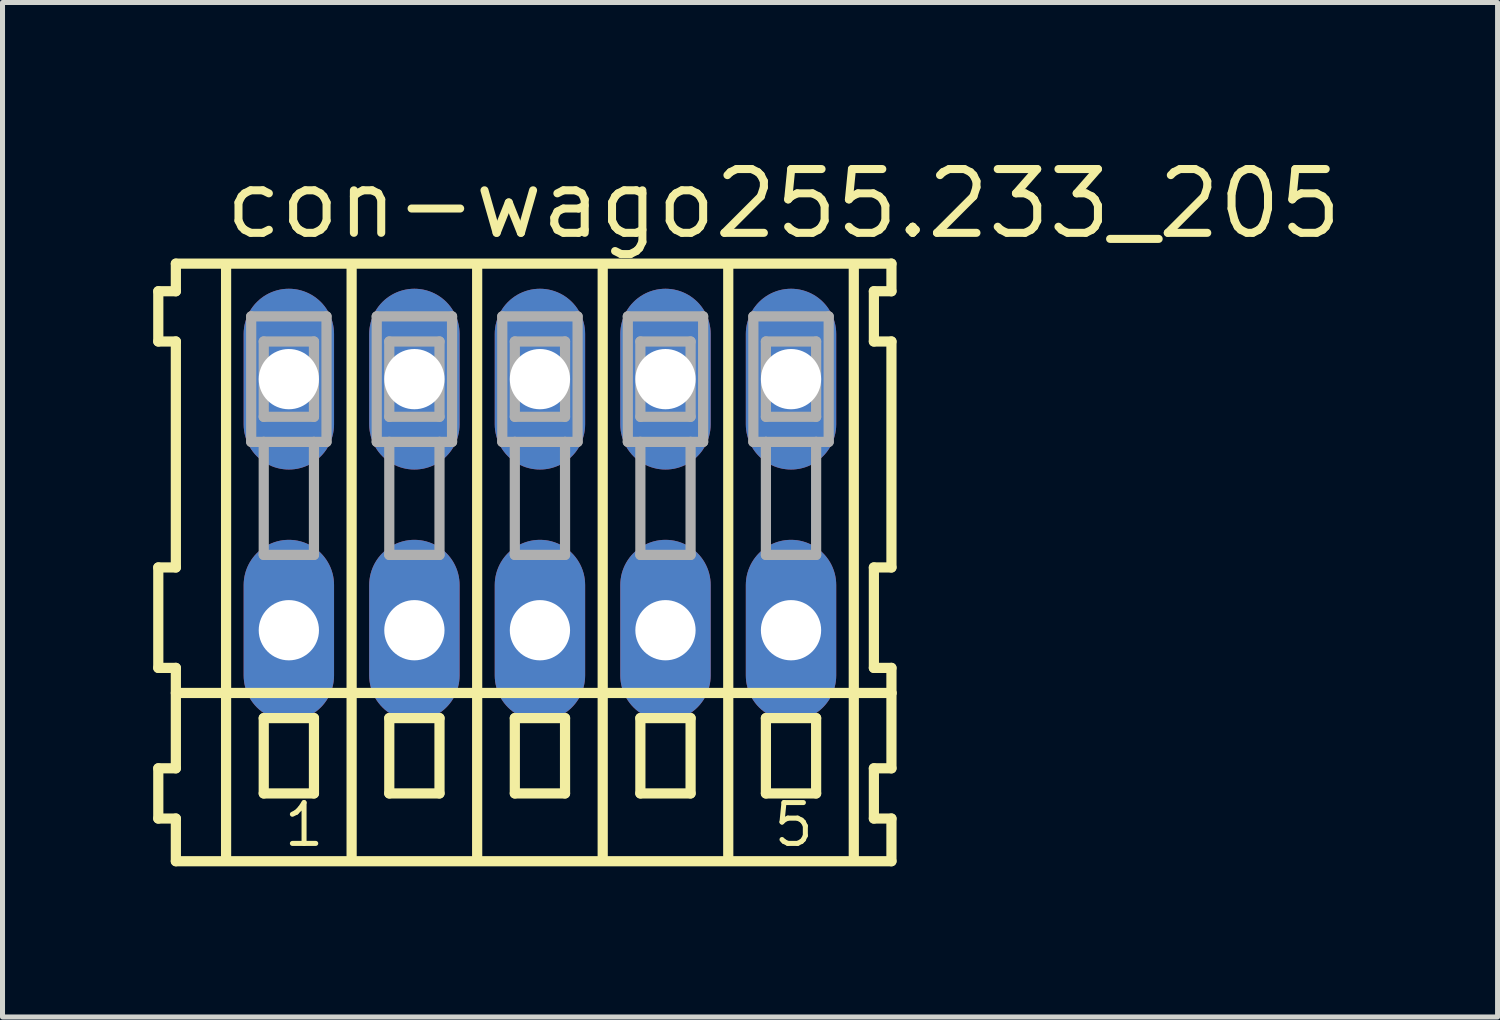
<source format=kicad_pcb>
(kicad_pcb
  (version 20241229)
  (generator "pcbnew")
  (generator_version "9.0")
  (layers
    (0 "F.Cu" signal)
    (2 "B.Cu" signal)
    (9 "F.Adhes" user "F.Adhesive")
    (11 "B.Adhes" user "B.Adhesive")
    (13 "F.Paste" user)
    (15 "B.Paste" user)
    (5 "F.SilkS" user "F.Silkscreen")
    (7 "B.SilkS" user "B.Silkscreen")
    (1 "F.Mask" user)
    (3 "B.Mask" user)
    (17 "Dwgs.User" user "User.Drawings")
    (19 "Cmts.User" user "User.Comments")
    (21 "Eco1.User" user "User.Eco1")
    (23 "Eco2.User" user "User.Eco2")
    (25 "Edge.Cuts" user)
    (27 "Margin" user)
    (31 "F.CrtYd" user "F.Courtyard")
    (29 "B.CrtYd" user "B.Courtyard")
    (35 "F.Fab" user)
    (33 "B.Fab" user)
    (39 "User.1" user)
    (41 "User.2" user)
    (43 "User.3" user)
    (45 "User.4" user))
  (footprint "con-wago255.233_205"
    (layer "F.Cu")
    (at 7.702 7)
    (property "Reference" "con-wago255.233_205" (at -6.35 -5.25 0) (layer "F.SilkS") (effects (font (size 1.27 1.27) (thickness 0.16)) (justify left bottom)))
    (attr through_hole)
    (fp_line (start -7.6 -4.25) (end -7.6 -3.25) (stroke (width 0.203) (type default)) (layer "F.SilkS"))
    (fp_line (start -7.6 -3.25) (end -7.25 -3.25) (stroke (width 0.203) (type default)) (layer "F.SilkS"))
    (fp_line (start -7.6 1.25) (end -7.6 3.25) (stroke (width 0.203) (type default)) (layer "F.SilkS"))
    (fp_line (start -7.6 3.25) (end -7.25 3.25) (stroke (width 0.203) (type default)) (layer "F.SilkS"))
    (fp_line (start -7.6 5.25) (end -7.6 6.25) (stroke (width 0.203) (type default)) (layer "F.SilkS"))
    (fp_line (start -7.6 6.25) (end -7.25 6.25) (stroke (width 0.203) (type default)) (layer "F.SilkS"))
    (fp_line (start -7.25 -4.8) (end -7.25 -4.25) (stroke (width 0.203) (type default)) (layer "F.SilkS"))
    (fp_line (start -7.25 -4.25) (end -7.6 -4.25) (stroke (width 0.203) (type default)) (layer "F.SilkS"))
    (fp_line (start -7.25 -3.25) (end -7.25 1.25) (stroke (width 0.203) (type default)) (layer "F.SilkS"))
    (fp_line (start -7.25 1.25) (end -7.6 1.25) (stroke (width 0.203) (type default)) (layer "F.SilkS"))
    (fp_line (start -7.25 3.25) (end -7.25 5.25) (stroke (width 0.203) (type default)) (layer "F.SilkS"))
    (fp_line (start -7.25 3.75) (end 7 3.75) (stroke (width 0.203) (type default)) (layer "F.SilkS"))
    (fp_line (start -7.25 5.25) (end -7.6 5.25) (stroke (width 0.203) (type default)) (layer "F.SilkS"))
    (fp_line (start -7.25 6.25) (end -7.25 7.1) (stroke (width 0.203) (type default)) (layer "F.SilkS"))
    (fp_line (start -7.25 7.1) (end 7 7.1) (stroke (width 0.203) (type default)) (layer "F.SilkS"))
    (fp_line (start -6.25 -4.75) (end -6.25 7) (stroke (width 0.203) (type default)) (layer "F.SilkS"))
    (fp_line (start -5.5 4.25) (end -5.5 5.75) (stroke (width 0.203) (type default)) (layer "F.SilkS"))
    (fp_line (start -5.5 5.75) (end -4.5 5.75) (stroke (width 0.203) (type default)) (layer "F.SilkS"))
    (fp_line (start -4.5 4.25) (end -5.5 4.25) (stroke (width 0.203) (type default)) (layer "F.SilkS"))
    (fp_line (start -4.5 5.75) (end -4.5 4.25) (stroke (width 0.203) (type default)) (layer "F.SilkS"))
    (fp_line (start -3.75 -4.75) (end -3.75 7) (stroke (width 0.203) (type default)) (layer "F.SilkS"))
    (fp_line (start -3 4.25) (end -3 5.75) (stroke (width 0.203) (type default)) (layer "F.SilkS"))
    (fp_line (start -3 5.75) (end -2 5.75) (stroke (width 0.203) (type default)) (layer "F.SilkS"))
    (fp_line (start -2 4.25) (end -3 4.25) (stroke (width 0.203) (type default)) (layer "F.SilkS"))
    (fp_line (start -2 5.75) (end -2 4.25) (stroke (width 0.203) (type default)) (layer "F.SilkS"))
    (fp_line (start -1.25 -4.75) (end -1.25 7) (stroke (width 0.203) (type default)) (layer "F.SilkS"))
    (fp_line (start -0.5 4.25) (end -0.5 5.75) (stroke (width 0.203) (type default)) (layer "F.SilkS"))
    (fp_line (start -0.5 5.75) (end 0.5 5.75) (stroke (width 0.203) (type default)) (layer "F.SilkS"))
    (fp_line (start 0.5 4.25) (end -0.5 4.25) (stroke (width 0.203) (type default)) (layer "F.SilkS"))
    (fp_line (start 0.5 5.75) (end 0.5 4.25) (stroke (width 0.203) (type default)) (layer "F.SilkS"))
    (fp_line (start 1.25 -4.75) (end 1.25 7) (stroke (width 0.203) (type default)) (layer "F.SilkS"))
    (fp_line (start 2 4.25) (end 2 5.75) (stroke (width 0.203) (type default)) (layer "F.SilkS"))
    (fp_line (start 2 5.75) (end 3 5.75) (stroke (width 0.203) (type default)) (layer "F.SilkS"))
    (fp_line (start 3 4.25) (end 2 4.25) (stroke (width 0.203) (type default)) (layer "F.SilkS"))
    (fp_line (start 3 5.75) (end 3 4.25) (stroke (width 0.203) (type default)) (layer "F.SilkS"))
    (fp_line (start 3.75 -4.75) (end 3.75 7) (stroke (width 0.203) (type default)) (layer "F.SilkS"))
    (fp_line (start 4.5 4.25) (end 4.5 5.75) (stroke (width 0.203) (type default)) (layer "F.SilkS"))
    (fp_line (start 4.5 5.75) (end 5.5 5.75) (stroke (width 0.203) (type default)) (layer "F.SilkS"))
    (fp_line (start 5.5 4.25) (end 4.5 4.25) (stroke (width 0.203) (type default)) (layer "F.SilkS"))
    (fp_line (start 5.5 5.75) (end 5.5 4.25) (stroke (width 0.203) (type default)) (layer "F.SilkS"))
    (fp_line (start 6.25 -4.75) (end 6.25 7) (stroke (width 0.203) (type default)) (layer "F.SilkS"))
    (fp_line (start 6.65 -4.25) (end 6.65 -3.25) (stroke (width 0.203) (type default)) (layer "F.SilkS"))
    (fp_line (start 6.65 -3.25) (end 7 -3.25) (stroke (width 0.203) (type default)) (layer "F.SilkS"))
    (fp_line (start 6.65 1.25) (end 6.65 3.25) (stroke (width 0.203) (type default)) (layer "F.SilkS"))
    (fp_line (start 6.65 3.25) (end 7 3.25) (stroke (width 0.203) (type default)) (layer "F.SilkS"))
    (fp_line (start 6.65 5.25) (end 6.65 6.25) (stroke (width 0.203) (type default)) (layer "F.SilkS"))
    (fp_line (start 6.65 6.25) (end 7 6.25) (stroke (width 0.203) (type default)) (layer "F.SilkS"))
    (fp_line (start 7 -4.8) (end -7.25 -4.8) (stroke (width 0.203) (type default)) (layer "F.SilkS"))
    (fp_line (start 7 -4.25) (end 6.65 -4.25) (stroke (width 0.203) (type default)) (layer "F.SilkS"))
    (fp_line (start 7 -4.25) (end 7 -4.8) (stroke (width 0.203) (type default)) (layer "F.SilkS"))
    (fp_line (start 7 1.25) (end 6.65 1.25) (stroke (width 0.203) (type default)) (layer "F.SilkS"))
    (fp_line (start 7 1.25) (end 7 -3.25) (stroke (width 0.203) (type default)) (layer "F.SilkS"))
    (fp_line (start 7 3.75) (end 7 3.25) (stroke (width 0.203) (type default)) (layer "F.SilkS"))
    (fp_line (start 7 5.25) (end 6.65 5.25) (stroke (width 0.203) (type default)) (layer "F.SilkS"))
    (fp_line (start 7 5.25) (end 7 3.75) (stroke (width 0.203) (type default)) (layer "F.SilkS"))
    (fp_line (start 7 7.1) (end 7 6.25) (stroke (width 0.203) (type default)) (layer "F.SilkS"))
    (fp_line (start -5.75 -3.75) (end -5.75 -1.25) (stroke (width 0.203) (type default)) (layer "F.Fab"))
    (fp_line (start -5.75 -1.25) (end -5.5 -1.25) (stroke (width 0.203) (type default)) (layer "F.Fab"))
    (fp_line (start -5.5 -3.25) (end -5.5 -1.75) (stroke (width 0.203) (type default)) (layer "F.Fab"))
    (fp_line (start -5.5 -1.75) (end -4.5 -1.75) (stroke (width 0.203) (type default)) (layer "F.Fab"))
    (fp_line (start -5.5 -1.25) (end -5.5 1) (stroke (width 0.203) (type default)) (layer "F.Fab"))
    (fp_line (start -5.5 -1.25) (end -4.5 -1.25) (stroke (width 0.203) (type default)) (layer "F.Fab"))
    (fp_line (start -5.5 1) (end -4.5 1) (stroke (width 0.203) (type default)) (layer "F.Fab"))
    (fp_line (start -4.5 -3.25) (end -5.5 -3.25) (stroke (width 0.203) (type default)) (layer "F.Fab"))
    (fp_line (start -4.5 -1.75) (end -4.5 -3.25) (stroke (width 0.203) (type default)) (layer "F.Fab"))
    (fp_line (start -4.5 -1.25) (end -4.25 -1.25) (stroke (width 0.203) (type default)) (layer "F.Fab"))
    (fp_line (start -4.5 1) (end -4.5 -1.25) (stroke (width 0.203) (type default)) (layer "F.Fab"))
    (fp_line (start -4.25 -3.75) (end -5.75 -3.75) (stroke (width 0.203) (type default)) (layer "F.Fab"))
    (fp_line (start -4.25 -1.25) (end -4.25 -3.75) (stroke (width 0.203) (type default)) (layer "F.Fab"))
    (fp_line (start -3.25 -3.75) (end -3.25 -1.25) (stroke (width 0.203) (type default)) (layer "F.Fab"))
    (fp_line (start -3.25 -1.25) (end -3 -1.25) (stroke (width 0.203) (type default)) (layer "F.Fab"))
    (fp_line (start -3 -3.25) (end -3 -1.75) (stroke (width 0.203) (type default)) (layer "F.Fab"))
    (fp_line (start -3 -1.75) (end -2 -1.75) (stroke (width 0.203) (type default)) (layer "F.Fab"))
    (fp_line (start -3 -1.25) (end -3 1) (stroke (width 0.203) (type default)) (layer "F.Fab"))
    (fp_line (start -3 -1.25) (end -2 -1.25) (stroke (width 0.203) (type default)) (layer "F.Fab"))
    (fp_line (start -3 1) (end -2 1) (stroke (width 0.203) (type default)) (layer "F.Fab"))
    (fp_line (start -2 -3.25) (end -3 -3.25) (stroke (width 0.203) (type default)) (layer "F.Fab"))
    (fp_line (start -2 -1.75) (end -2 -3.25) (stroke (width 0.203) (type default)) (layer "F.Fab"))
    (fp_line (start -2 -1.25) (end -1.75 -1.25) (stroke (width 0.203) (type default)) (layer "F.Fab"))
    (fp_line (start -2 1) (end -2 -1.25) (stroke (width 0.203) (type default)) (layer "F.Fab"))
    (fp_line (start -1.75 -3.75) (end -3.25 -3.75) (stroke (width 0.203) (type default)) (layer "F.Fab"))
    (fp_line (start -1.75 -1.25) (end -1.75 -3.75) (stroke (width 0.203) (type default)) (layer "F.Fab"))
    (fp_line (start -0.75 -3.75) (end -0.75 -1.25) (stroke (width 0.203) (type default)) (layer "F.Fab"))
    (fp_line (start -0.75 -1.25) (end -0.5 -1.25) (stroke (width 0.203) (type default)) (layer "F.Fab"))
    (fp_line (start -0.5 -3.25) (end -0.5 -1.75) (stroke (width 0.203) (type default)) (layer "F.Fab"))
    (fp_line (start -0.5 -1.75) (end 0.5 -1.75) (stroke (width 0.203) (type default)) (layer "F.Fab"))
    (fp_line (start -0.5 -1.25) (end -0.5 1) (stroke (width 0.203) (type default)) (layer "F.Fab"))
    (fp_line (start -0.5 -1.25) (end 0.5 -1.25) (stroke (width 0.203) (type default)) (layer "F.Fab"))
    (fp_line (start -0.5 1) (end 0.5 1) (stroke (width 0.203) (type default)) (layer "F.Fab"))
    (fp_line (start 0.5 -3.25) (end -0.5 -3.25) (stroke (width 0.203) (type default)) (layer "F.Fab"))
    (fp_line (start 0.5 -1.75) (end 0.5 -3.25) (stroke (width 0.203) (type default)) (layer "F.Fab"))
    (fp_line (start 0.5 -1.25) (end 0.75 -1.25) (stroke (width 0.203) (type default)) (layer "F.Fab"))
    (fp_line (start 0.5 1) (end 0.5 -1.25) (stroke (width 0.203) (type default)) (layer "F.Fab"))
    (fp_line (start 0.75 -3.75) (end -0.75 -3.75) (stroke (width 0.203) (type default)) (layer "F.Fab"))
    (fp_line (start 0.75 -1.25) (end 0.75 -3.75) (stroke (width 0.203) (type default)) (layer "F.Fab"))
    (fp_line (start 1.75 -3.75) (end 1.75 -1.25) (stroke (width 0.203) (type default)) (layer "F.Fab"))
    (fp_line (start 1.75 -1.25) (end 2 -1.25) (stroke (width 0.203) (type default)) (layer "F.Fab"))
    (fp_line (start 2 -3.25) (end 2 -1.75) (stroke (width 0.203) (type default)) (layer "F.Fab"))
    (fp_line (start 2 -1.75) (end 3 -1.75) (stroke (width 0.203) (type default)) (layer "F.Fab"))
    (fp_line (start 2 -1.25) (end 2 1) (stroke (width 0.203) (type default)) (layer "F.Fab"))
    (fp_line (start 2 -1.25) (end 3 -1.25) (stroke (width 0.203) (type default)) (layer "F.Fab"))
    (fp_line (start 2 1) (end 3 1) (stroke (width 0.203) (type default)) (layer "F.Fab"))
    (fp_line (start 3 -3.25) (end 2 -3.25) (stroke (width 0.203) (type default)) (layer "F.Fab"))
    (fp_line (start 3 -1.75) (end 3 -3.25) (stroke (width 0.203) (type default)) (layer "F.Fab"))
    (fp_line (start 3 -1.25) (end 3.25 -1.25) (stroke (width 0.203) (type default)) (layer "F.Fab"))
    (fp_line (start 3 1) (end 3 -1.25) (stroke (width 0.203) (type default)) (layer "F.Fab"))
    (fp_line (start 3.25 -3.75) (end 1.75 -3.75) (stroke (width 0.203) (type default)) (layer "F.Fab"))
    (fp_line (start 3.25 -1.25) (end 3.25 -3.75) (stroke (width 0.203) (type default)) (layer "F.Fab"))
    (fp_line (start 4.25 -3.75) (end 4.25 -1.25) (stroke (width 0.203) (type default)) (layer "F.Fab"))
    (fp_line (start 4.25 -1.25) (end 4.5 -1.25) (stroke (width 0.203) (type default)) (layer "F.Fab"))
    (fp_line (start 4.5 -3.25) (end 4.5 -1.75) (stroke (width 0.203) (type default)) (layer "F.Fab"))
    (fp_line (start 4.5 -1.75) (end 5.5 -1.75) (stroke (width 0.203) (type default)) (layer "F.Fab"))
    (fp_line (start 4.5 -1.25) (end 4.5 1) (stroke (width 0.203) (type default)) (layer "F.Fab"))
    (fp_line (start 4.5 -1.25) (end 5.5 -1.25) (stroke (width 0.203) (type default)) (layer "F.Fab"))
    (fp_line (start 4.5 1) (end 5.5 1) (stroke (width 0.203) (type default)) (layer "F.Fab"))
    (fp_line (start 5.5 -3.25) (end 4.5 -3.25) (stroke (width 0.203) (type default)) (layer "F.Fab"))
    (fp_line (start 5.5 -1.75) (end 5.5 -3.25) (stroke (width 0.203) (type default)) (layer "F.Fab"))
    (fp_line (start 5.5 -1.25) (end 5.75 -1.25) (stroke (width 0.203) (type default)) (layer "F.Fab"))
    (fp_line (start 5.5 1) (end 5.5 -1.25) (stroke (width 0.203) (type default)) (layer "F.Fab"))
    (fp_line (start 5.75 -3.75) (end 4.25 -3.75) (stroke (width 0.203) (type default)) (layer "F.Fab"))
    (fp_line (start 5.75 -1.25) (end 5.75 -3.75) (stroke (width 0.203) (type default)) (layer "F.Fab"))
    (fp_text user "1" (at -5.15 6.85 0) (layer "F.SilkS") (effects (font (size 0.813 0.813) (thickness 0.1)) (justify left bottom)))
    (fp_text user "5" (at 4.6 6.85 0) (layer "F.SilkS") (effects (font (size 0.813 0.813) (thickness 0.1)) (justify left bottom)))
    (pad "A1" thru_hole oval (at -5 -2.5 90) (size 3.6 1.8) (drill 1.2) (layers "*.Cu" "*.Mask"))
    (pad "A2" thru_hole oval (at -2.5 -2.5 90) (size 3.6 1.8) (drill 1.2) (layers "*.Cu" "*.Mask"))
    (pad "A3" thru_hole oval (at 0 -2.5 90) (size 3.6 1.8) (drill 1.2) (layers "*.Cu" "*.Mask"))
    (pad "A4" thru_hole oval (at 2.5 -2.5 90) (size 3.6 1.8) (drill 1.2) (layers "*.Cu" "*.Mask"))
    (pad "A5" thru_hole oval (at 5 -2.5 90) (size 3.6 1.8) (drill 1.2) (layers "*.Cu" "*.Mask"))
    (pad "B1" thru_hole oval (at -5 2.5 90) (size 3.6 1.8) (drill 1.2) (layers "*.Cu" "*.Mask"))
    (pad "B2" thru_hole oval (at -2.5 2.5 90) (size 3.6 1.8) (drill 1.2) (layers "*.Cu" "*.Mask"))
    (pad "B3" thru_hole oval (at 0 2.5 90) (size 3.6 1.8) (drill 1.2) (layers "*.Cu" "*.Mask"))
    (pad "B4" thru_hole oval (at 2.5 2.5 90) (size 3.6 1.8) (drill 1.2) (layers "*.Cu" "*.Mask"))
    (pad "B5" thru_hole oval (at 5 2.5 90) (size 3.6 1.8) (drill 1.2) (layers "*.Cu" "*.Mask")))
  (gr_rect
    (start -3 -3)
    (end 26.772 17.202)
    (stroke (width 0.1) (type default))
    (fill no)
    (layer "Edge.Cuts")))
</source>
